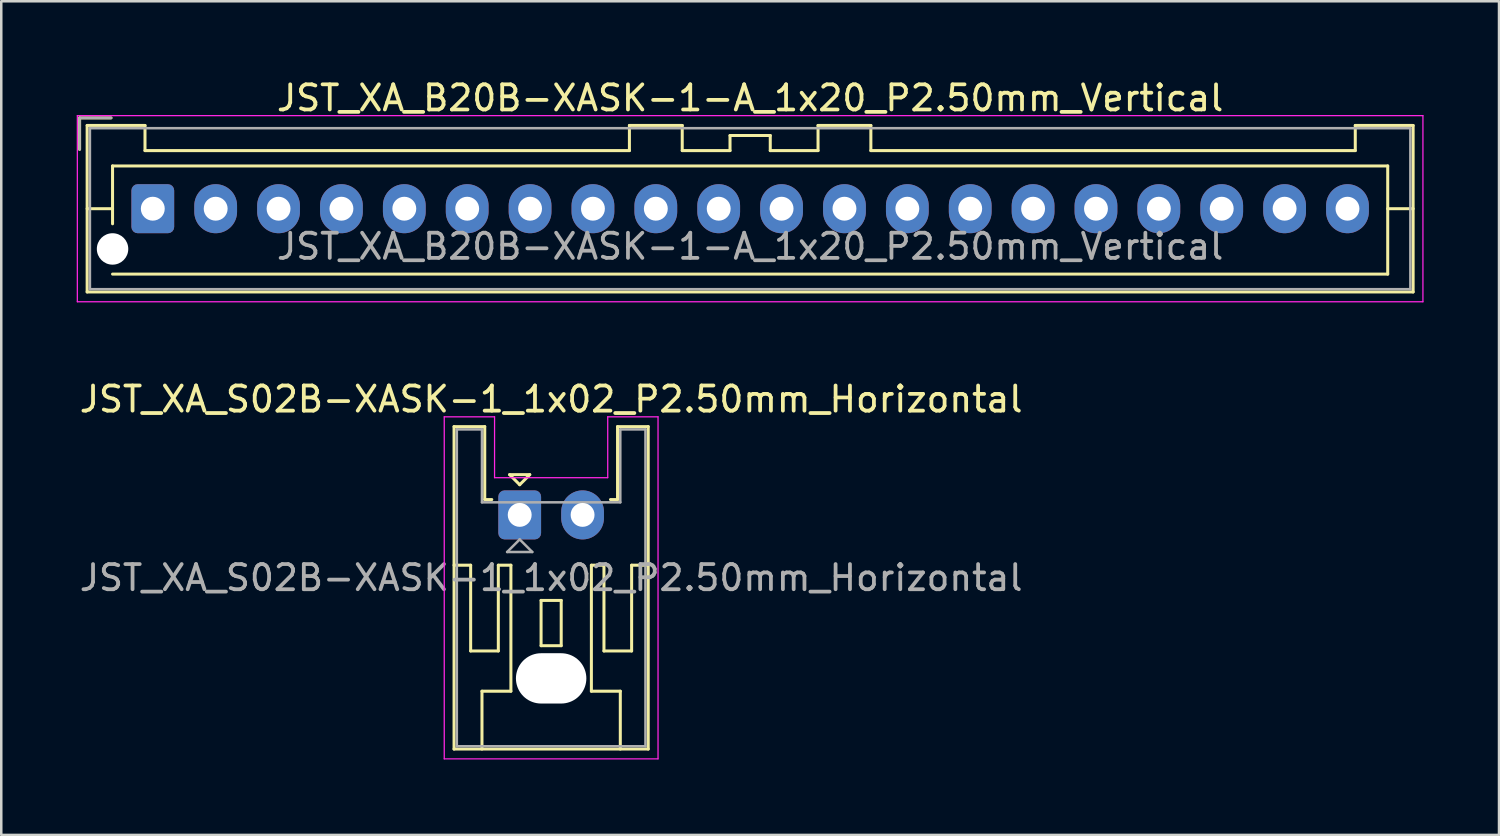
<source format=kicad_pcb>
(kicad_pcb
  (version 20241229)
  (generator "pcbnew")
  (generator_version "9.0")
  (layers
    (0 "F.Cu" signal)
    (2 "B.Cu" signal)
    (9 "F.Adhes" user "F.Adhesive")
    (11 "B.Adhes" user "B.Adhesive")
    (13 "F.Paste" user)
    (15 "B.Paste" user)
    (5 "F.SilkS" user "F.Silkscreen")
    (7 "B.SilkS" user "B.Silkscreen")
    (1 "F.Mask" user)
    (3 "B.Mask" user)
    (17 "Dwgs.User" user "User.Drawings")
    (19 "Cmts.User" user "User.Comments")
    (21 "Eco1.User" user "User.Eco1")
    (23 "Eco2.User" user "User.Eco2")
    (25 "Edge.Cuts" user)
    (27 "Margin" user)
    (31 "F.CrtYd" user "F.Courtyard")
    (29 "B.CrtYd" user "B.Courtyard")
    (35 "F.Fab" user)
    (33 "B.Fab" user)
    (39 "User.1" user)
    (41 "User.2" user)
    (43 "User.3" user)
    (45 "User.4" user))
  (footprint "JST_XA_S02B-XASK-1_1x02_P2.50mm_Horizontal"
    (layer "F.Cu")
    (at 17.613 17.422)
    (property "Reference" "JST_XA_S02B-XASK-1_1x02_P2.50mm_Horizontal" (at 1.25 -4.6 0) (layer "F.SilkS") (effects (font (size 1 1) (thickness 0.15))))
    (attr through_hole)
    (fp_line (start -2.61 -3.51) (end -2.61 9.31) (stroke (width 0.12) (type solid)) (layer "F.SilkS"))
    (fp_line (start -2.61 9.31) (end 5.11 9.31) (stroke (width 0.12) (type solid)) (layer "F.SilkS"))
    (fp_line (start -1.95 2) (end -2.61 2) (stroke (width 0.12) (type solid)) (layer "F.SilkS"))
    (fp_line (start -1.95 5.41) (end -1.95 2) (stroke (width 0.12) (type solid)) (layer "F.SilkS"))
    (fp_line (start -1.5 7.01) (end -0.35 7.01) (stroke (width 0.12) (type solid)) (layer "F.SilkS"))
    (fp_line (start -1.5 9.31) (end -1.5 7.01) (stroke (width 0.12) (type solid)) (layer "F.SilkS"))
    (fp_line (start -1.39 -3.51) (end -2.61 -3.51) (stroke (width 0.12) (type solid)) (layer "F.SilkS"))
    (fp_line (start -1.39 -0.61) (end -1.39 -3.51) (stroke (width 0.12) (type solid)) (layer "F.SilkS"))
    (fp_line (start -1.11 -0.61) (end -1.39 -0.61) (stroke (width 0.12) (type solid)) (layer "F.SilkS"))
    (fp_line (start -0.85 2) (end -0.85 5.41) (stroke (width 0.12) (type solid)) (layer "F.SilkS"))
    (fp_line (start -0.85 5.41) (end -1.95 5.41) (stroke (width 0.12) (type solid)) (layer "F.SilkS"))
    (fp_line (start -0.4 -1.6) (end 0.4 -1.6) (stroke (width 0.12) (type solid)) (layer "F.SilkS"))
    (fp_line (start -0.35 2) (end -0.85 2) (stroke (width 0.12) (type solid)) (layer "F.SilkS"))
    (fp_line (start -0.35 7.01) (end -0.35 2) (stroke (width 0.12) (type solid)) (layer "F.SilkS"))
    (fp_line (start 0 -1.2) (end -0.4 -1.6) (stroke (width 0.12) (type solid)) (layer "F.SilkS"))
    (fp_line (start 0.4 -1.6) (end 0 -1.2) (stroke (width 0.12) (type solid)) (layer "F.SilkS"))
    (fp_line (start 0.85 3.4) (end 1.65 3.4) (stroke (width 0.12) (type solid)) (layer "F.SilkS"))
    (fp_line (start 0.85 5.2) (end 0.85 3.4) (stroke (width 0.12) (type solid)) (layer "F.SilkS"))
    (fp_line (start 1.65 3.4) (end 1.65 5.2) (stroke (width 0.12) (type solid)) (layer "F.SilkS"))
    (fp_line (start 1.65 5.2) (end 0.85 5.2) (stroke (width 0.12) (type solid)) (layer "F.SilkS"))
    (fp_line (start 2.85 2) (end 3.35 2) (stroke (width 0.12) (type solid)) (layer "F.SilkS"))
    (fp_line (start 2.85 7.01) (end 2.85 2) (stroke (width 0.12) (type solid)) (layer "F.SilkS"))
    (fp_line (start 2.85 7.01) (end 4 7.01) (stroke (width 0.12) (type solid)) (layer "F.SilkS"))
    (fp_line (start 3.35 2) (end 3.35 5.41) (stroke (width 0.12) (type solid)) (layer "F.SilkS"))
    (fp_line (start 3.35 5.41) (end 4.45 5.41) (stroke (width 0.12) (type solid)) (layer "F.SilkS"))
    (fp_line (start 3.89 -3.51) (end 3.89 -0.61) (stroke (width 0.12) (type solid)) (layer "F.SilkS"))
    (fp_line (start 3.89 -0.61) (end 3.61 -0.61) (stroke (width 0.12) (type solid)) (layer "F.SilkS"))
    (fp_line (start 4 7.01) (end 4 9.31) (stroke (width 0.12) (type solid)) (layer "F.SilkS"))
    (fp_line (start 4.45 2) (end 5.11 2) (stroke (width 0.12) (type solid)) (layer "F.SilkS"))
    (fp_line (start 4.45 5.41) (end 4.45 2) (stroke (width 0.12) (type solid)) (layer "F.SilkS"))
    (fp_line (start 5.11 -3.51) (end 3.89 -3.51) (stroke (width 0.12) (type solid)) (layer "F.SilkS"))
    (fp_line (start 5.11 9.31) (end 5.11 -3.51) (stroke (width 0.12) (type solid)) (layer "F.SilkS"))
    (fp_line (start -3 -3.9) (end -3 9.7) (stroke (width 0.05) (type solid)) (layer "F.CrtYd"))
    (fp_line (start -3 9.7) (end 5.5 9.7) (stroke (width 0.05) (type solid)) (layer "F.CrtYd"))
    (fp_line (start -1 -3.9) (end -3 -3.9) (stroke (width 0.05) (type solid)) (layer "F.CrtYd"))
    (fp_line (start -1 -1.48) (end -1 -3.9) (stroke (width 0.05) (type solid)) (layer "F.CrtYd"))
    (fp_line (start 3.5 -3.9) (end 3.5 -1.48) (stroke (width 0.05) (type solid)) (layer "F.CrtYd"))
    (fp_line (start 3.5 -1.48) (end -1 -1.48) (stroke (width 0.05) (type solid)) (layer "F.CrtYd"))
    (fp_line (start 5.5 -3.9) (end 3.5 -3.9) (stroke (width 0.05) (type solid)) (layer "F.CrtYd"))
    (fp_line (start 5.5 9.7) (end 5.5 -3.9) (stroke (width 0.05) (type solid)) (layer "F.CrtYd"))
    (fp_line (start -2.5 -3.4) (end -2.5 9.2) (stroke (width 0.1) (type solid)) (layer "F.Fab"))
    (fp_line (start -2.5 9.2) (end 5 9.2) (stroke (width 0.1) (type solid)) (layer "F.Fab"))
    (fp_line (start -1.5 -3.4) (end -2.5 -3.4) (stroke (width 0.1) (type solid)) (layer "F.Fab"))
    (fp_line (start -1.5 -0.5) (end -1.5 -3.4) (stroke (width 0.1) (type solid)) (layer "F.Fab"))
    (fp_line (start -0.5 1.475) (end 0.5 1.475) (stroke (width 0.1) (type solid)) (layer "F.Fab"))
    (fp_line (start 0 0.975) (end -0.5 1.475) (stroke (width 0.1) (type solid)) (layer "F.Fab"))
    (fp_line (start 0.5 1.475) (end 0 0.975) (stroke (width 0.1) (type solid)) (layer "F.Fab"))
    (fp_line (start 4 -3.4) (end 4 -0.5) (stroke (width 0.1) (type solid)) (layer "F.Fab"))
    (fp_line (start 4 -0.5) (end -1.5 -0.5) (stroke (width 0.1) (type solid)) (layer "F.Fab"))
    (fp_line (start 5 -3.4) (end 4 -3.4) (stroke (width 0.1) (type solid)) (layer "F.Fab"))
    (fp_line (start 5 9.2) (end 5 -3.4) (stroke (width 0.1) (type solid)) (layer "F.Fab"))
    (fp_text user "${REFERENCE}" (at 1.25 2.5 0) (layer "F.Fab") (effects (font (size 1 1) (thickness 0.15))))
    (pad "" np_thru_hole oval (at 1.25 6.5) (size 2.8 2) (drill oval 2.8 2) (layers "*.Cu" "*.Mask"))
    (pad "1" thru_hole roundrect (at 0 0) (size 1.7 1.95) (drill 0.95) (layers "*.Cu" "*.Mask") (roundrect_rratio 0.147))
    (pad "2" thru_hole oval (at 2.5 0) (size 1.7 1.95) (drill 0.95) (layers "*.Cu" "*.Mask")))
  (footprint "JST_XA_B20B-XASK-1-A_1x20_P2.50mm_Vertical"
    (layer "F.Cu")
    (at 3.025 5.248)
    (property "Reference" "JST_XA_B20B-XASK-1-A_1x20_P2.50mm_Vertical" (at 23.75 -4.4 0) (layer "F.SilkS") (effects (font (size 1 1) (thickness 0.15))))
    (attr through_hole)
    (fp_line (start -2.91 -3.61) (end -2.91 -2.36) (stroke (width 0.12) (type solid)) (layer "F.SilkS"))
    (fp_line (start -2.61 -3.31) (end -2.61 3.31) (stroke (width 0.12) (type solid)) (layer "F.SilkS"))
    (fp_line (start -2.61 0) (end -1.6 0) (stroke (width 0.12) (type solid)) (layer "F.SilkS"))
    (fp_line (start -2.61 3.31) (end 50.11 3.31) (stroke (width 0.12) (type solid)) (layer "F.SilkS"))
    (fp_line (start -1.66 -3.61) (end -2.91 -3.61) (stroke (width 0.12) (type solid)) (layer "F.SilkS"))
    (fp_line (start -1.6 -1.7) (end 49.1 -1.7) (stroke (width 0.12) (type solid)) (layer "F.SilkS"))
    (fp_line (start -1.6 0.6) (end -1.6 -1.7) (stroke (width 0.12) (type solid)) (layer "F.SilkS"))
    (fp_line (start -0.31 -3.31) (end -2.61 -3.31) (stroke (width 0.12) (type solid)) (layer "F.SilkS"))
    (fp_line (start -0.31 -2.31) (end -0.31 -3.31) (stroke (width 0.12) (type solid)) (layer "F.SilkS"))
    (fp_line (start 18.95 -3.31) (end 18.95 -2.31) (stroke (width 0.12) (type solid)) (layer "F.SilkS"))
    (fp_line (start 18.95 -2.31) (end -0.31 -2.31) (stroke (width 0.12) (type solid)) (layer "F.SilkS"))
    (fp_line (start 21.05 -3.31) (end 18.95 -3.31) (stroke (width 0.12) (type solid)) (layer "F.SilkS"))
    (fp_line (start 21.05 -2.31) (end 21.05 -3.31) (stroke (width 0.12) (type solid)) (layer "F.SilkS"))
    (fp_line (start 22.95 -2.91) (end 22.95 -2.31) (stroke (width 0.12) (type solid)) (layer "F.SilkS"))
    (fp_line (start 22.95 -2.31) (end 21.05 -2.31) (stroke (width 0.12) (type solid)) (layer "F.SilkS"))
    (fp_line (start 24.55 -2.91) (end 22.95 -2.91) (stroke (width 0.12) (type solid)) (layer "F.SilkS"))
    (fp_line (start 24.55 -2.31) (end 24.55 -2.91) (stroke (width 0.12) (type solid)) (layer "F.SilkS"))
    (fp_line (start 26.45 -3.31) (end 26.45 -2.31) (stroke (width 0.12) (type solid)) (layer "F.SilkS"))
    (fp_line (start 26.45 -2.31) (end 24.55 -2.31) (stroke (width 0.12) (type solid)) (layer "F.SilkS"))
    (fp_line (start 28.55 -3.31) (end 26.45 -3.31) (stroke (width 0.12) (type solid)) (layer "F.SilkS"))
    (fp_line (start 28.55 -2.31) (end 28.55 -3.31) (stroke (width 0.12) (type solid)) (layer "F.SilkS"))
    (fp_line (start 47.81 -3.31) (end 47.81 -2.31) (stroke (width 0.12) (type solid)) (layer "F.SilkS"))
    (fp_line (start 47.81 -2.31) (end 28.55 -2.31) (stroke (width 0.12) (type solid)) (layer "F.SilkS"))
    (fp_line (start 49.1 -1.7) (end 49.1 2.6) (stroke (width 0.12) (type solid)) (layer "F.SilkS"))
    (fp_line (start 49.1 2.6) (end -1.6 2.6) (stroke (width 0.12) (type solid)) (layer "F.SilkS"))
    (fp_line (start 50.11 -3.31) (end 47.81 -3.31) (stroke (width 0.12) (type solid)) (layer "F.SilkS"))
    (fp_line (start 50.11 0) (end 49.1 0) (stroke (width 0.12) (type solid)) (layer "F.SilkS"))
    (fp_line (start 50.11 3.31) (end 50.11 -3.31) (stroke (width 0.12) (type solid)) (layer "F.SilkS"))
    (fp_line (start -3 -3.7) (end -3 3.7) (stroke (width 0.05) (type solid)) (layer "F.CrtYd"))
    (fp_line (start -3 3.7) (end 50.5 3.7) (stroke (width 0.05) (type solid)) (layer "F.CrtYd"))
    (fp_line (start 50.5 -3.7) (end -3 -3.7) (stroke (width 0.05) (type solid)) (layer "F.CrtYd"))
    (fp_line (start 50.5 3.7) (end 50.5 -3.7) (stroke (width 0.05) (type solid)) (layer "F.CrtYd"))
    (fp_line (start -2.91 -3.61) (end -2.91 -2.36) (stroke (width 0.1) (type solid)) (layer "F.Fab"))
    (fp_line (start -2.5 -3.2) (end -2.5 3.2) (stroke (width 0.1) (type solid)) (layer "F.Fab"))
    (fp_line (start -2.5 3.2) (end 50 3.2) (stroke (width 0.1) (type solid)) (layer "F.Fab"))
    (fp_line (start -1.66 -3.61) (end -2.91 -3.61) (stroke (width 0.1) (type solid)) (layer "F.Fab"))
    (fp_line (start 50 -3.2) (end -2.5 -3.2) (stroke (width 0.1) (type solid)) (layer "F.Fab"))
    (fp_line (start 50 3.2) (end 50 -3.2) (stroke (width 0.1) (type solid)) (layer "F.Fab"))
    (fp_text user "${REFERENCE}" (at 23.75 1.5 0) (layer "F.Fab") (effects (font (size 1 1) (thickness 0.15))))
    (pad "" np_thru_hole circle (at -1.6 1.6) (size 1.25 1.25) (drill 1.25) (layers "*.Cu" "*.Mask"))
    (pad "1" thru_hole roundrect (at 0 0) (size 1.7 1.95) (drill 0.95) (layers "*.Cu" "*.Mask") (roundrect_rratio 0.147))
    (pad "2" thru_hole oval (at 2.5 0) (size 1.7 1.95) (drill 0.95) (layers "*.Cu" "*.Mask"))
    (pad "3" thru_hole oval (at 5 0) (size 1.7 1.95) (drill 0.95) (layers "*.Cu" "*.Mask"))
    (pad "4" thru_hole oval (at 7.5 0) (size 1.7 1.95) (drill 0.95) (layers "*.Cu" "*.Mask"))
    (pad "5" thru_hole oval (at 10 0) (size 1.7 1.95) (drill 0.95) (layers "*.Cu" "*.Mask"))
    (pad "6" thru_hole oval (at 12.5 0) (size 1.7 1.95) (drill 0.95) (layers "*.Cu" "*.Mask"))
    (pad "7" thru_hole oval (at 15 0) (size 1.7 1.95) (drill 0.95) (layers "*.Cu" "*.Mask"))
    (pad "8" thru_hole oval (at 17.5 0) (size 1.7 1.95) (drill 0.95) (layers "*.Cu" "*.Mask"))
    (pad "9" thru_hole oval (at 20 0) (size 1.7 1.95) (drill 0.95) (layers "*.Cu" "*.Mask"))
    (pad "10" thru_hole oval (at 22.5 0) (size 1.7 1.95) (drill 0.95) (layers "*.Cu" "*.Mask"))
    (pad "11" thru_hole oval (at 25 0) (size 1.7 1.95) (drill 0.95) (layers "*.Cu" "*.Mask"))
    (pad "12" thru_hole oval (at 27.5 0) (size 1.7 1.95) (drill 0.95) (layers "*.Cu" "*.Mask"))
    (pad "13" thru_hole oval (at 30 0) (size 1.7 1.95) (drill 0.95) (layers "*.Cu" "*.Mask"))
    (pad "14" thru_hole oval (at 32.5 0) (size 1.7 1.95) (drill 0.95) (layers "*.Cu" "*.Mask"))
    (pad "15" thru_hole oval (at 35 0) (size 1.7 1.95) (drill 0.95) (layers "*.Cu" "*.Mask"))
    (pad "16" thru_hole oval (at 37.5 0) (size 1.7 1.95) (drill 0.95) (layers "*.Cu" "*.Mask"))
    (pad "17" thru_hole oval (at 40 0) (size 1.7 1.95) (drill 0.95) (layers "*.Cu" "*.Mask"))
    (pad "18" thru_hole oval (at 42.5 0) (size 1.7 1.95) (drill 0.95) (layers "*.Cu" "*.Mask"))
    (pad "19" thru_hole oval (at 45 0) (size 1.7 1.95) (drill 0.95) (layers "*.Cu" "*.Mask"))
    (pad "20" thru_hole oval (at 47.5 0) (size 1.7 1.95) (drill 0.95) (layers "*.Cu" "*.Mask")))
  (gr_rect
    (start -3 -3)
    (end 56.55 30.146)
    (stroke (width 0.1) (type default))
    (fill no)
    (layer "Edge.Cuts")))
</source>
